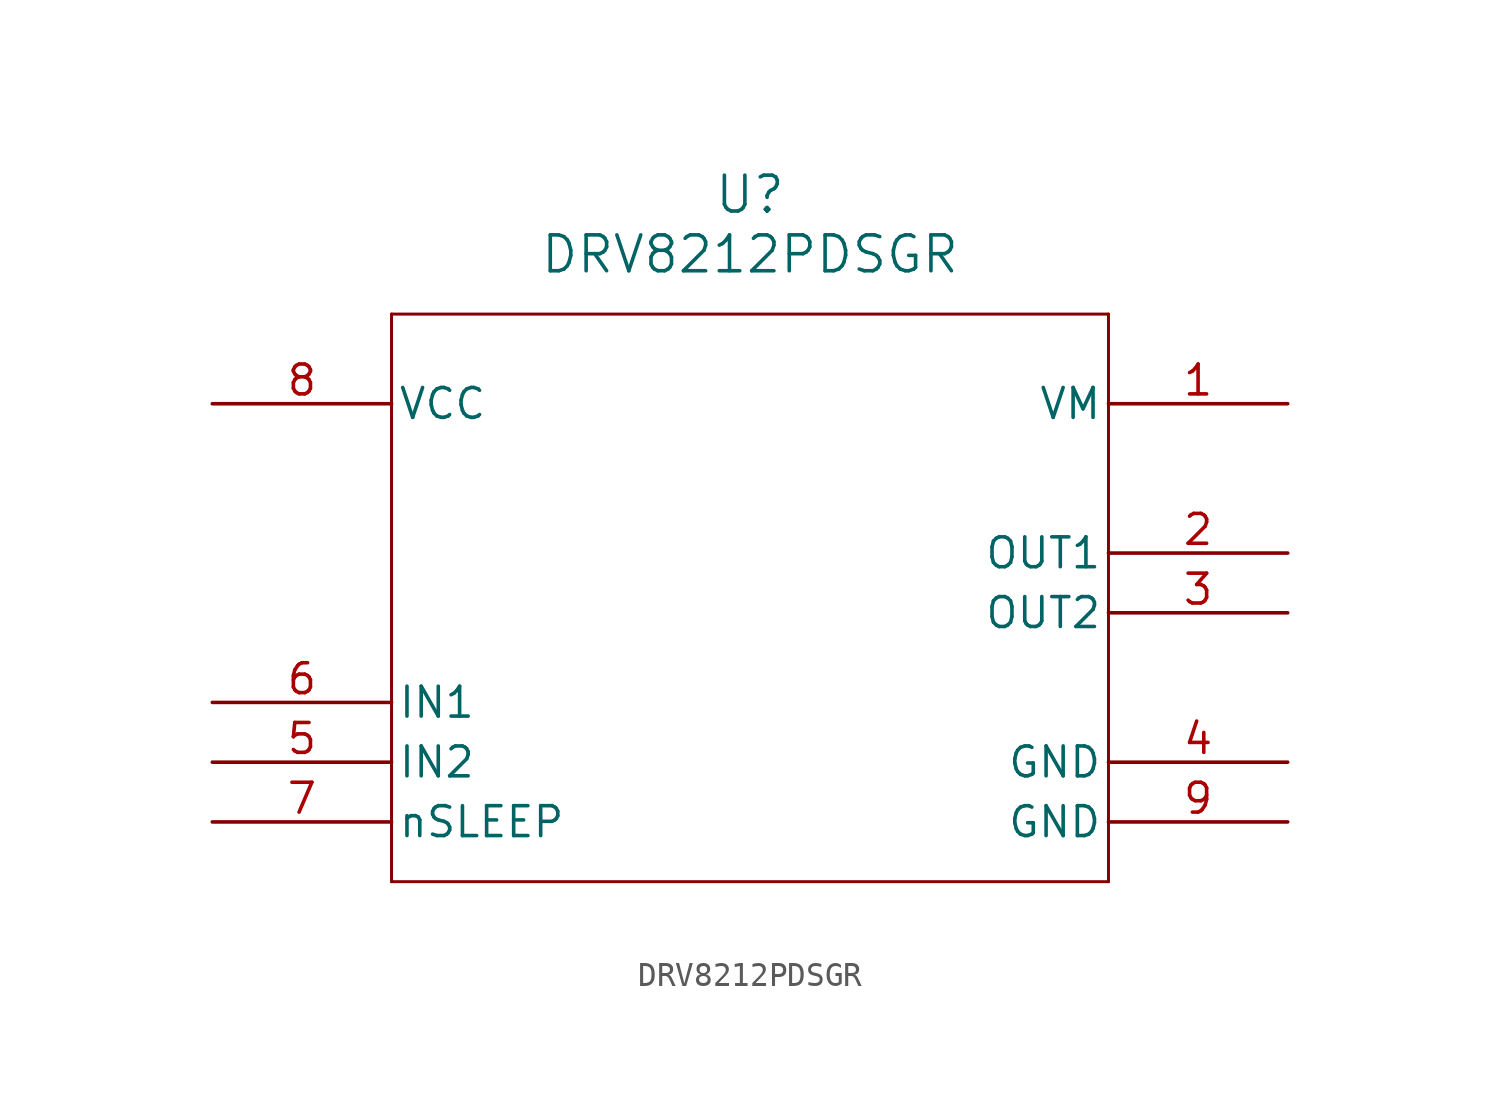
<source format=kicad_sym>
(kicad_symbol_lib
  (version 20241209)
  (generator "kicad_symbol_editor")
  (generator_version "9.0")
  (symbol "DRV8212PDSGR"
    (pin_names
      (offset 0.254))
    (property "Reference" "U"
      (at 22.86 10.16 0)
      (effects (font (size 1.524 1.524))))
    (property "Value" "DRV8212PDSGR"
      (at 22.86 7.62 0)
      (effects (font (size 1.524 1.524))))
    (property "ki_locked" ""
      (at 0 0 0)
      (effects (font (size 1.27 1.27))))
    (symbol "DRV8212PDSGR_0_1"
      (polyline (pts (xy 7.62 5.08) (xy 7.62 -19.05)) (stroke (width 0.127) (type default)) (fill (type none)))
      (polyline (pts (xy 7.62 -19.05) (xy 38.1 -19.05)) (stroke (width 0.127) (type default)) (fill (type none)))
      (polyline (pts (xy 38.1 5.08) (xy 7.62 5.08)) (stroke (width 0.127) (type default)) (fill (type none)))
      (polyline (pts (xy 38.1 -19.05) (xy 38.1 5.08)) (stroke (width 0.127) (type default)) (fill (type none)))
      (pin power_in line (at 0 1.27 0) (length 7.62) (name "VCC" (effects (font (size 1.27 1.27)))) (number "8" (effects (font (size 1.27 1.27)))))
      (pin input line (at 0 -11.43 0) (length 7.62) (name "IN1" (effects (font (size 1.27 1.27)))) (number "6" (effects (font (size 1.27 1.27)))))
      (pin input line (at 0 -13.97 0) (length 7.62) (name "IN2" (effects (font (size 1.27 1.27)))) (number "5" (effects (font (size 1.27 1.27)))))
      (pin input line (at 0 -16.51 0) (length 7.62) (name "nSLEEP" (effects (font (size 1.27 1.27)))) (number "7" (effects (font (size 1.27 1.27)))))
      (pin power_in line (at 45.72 1.27 180) (length 7.62) (name "VM" (effects (font (size 1.27 1.27)))) (number "1" (effects (font (size 1.27 1.27)))))
      (pin output line (at 45.72 -5.08 180) (length 7.62) (name "OUT1" (effects (font (size 1.27 1.27)))) (number "2" (effects (font (size 1.27 1.27)))))
      (pin output line (at 45.72 -7.62 180) (length 7.62) (name "OUT2" (effects (font (size 1.27 1.27)))) (number "3" (effects (font (size 1.27 1.27)))))
      (pin power_out line (at 45.72 -13.97 180) (length 7.62) (name "GND" (effects (font (size 1.27 1.27)))) (number "4" (effects (font (size 1.27 1.27)))))
      (pin power_out line (at 45.72 -16.51 180) (length 7.62) (name "GND" (effects (font (size 1.27 1.27)))) (number "9" (effects (font (size 1.27 1.27))))))))
</source>
